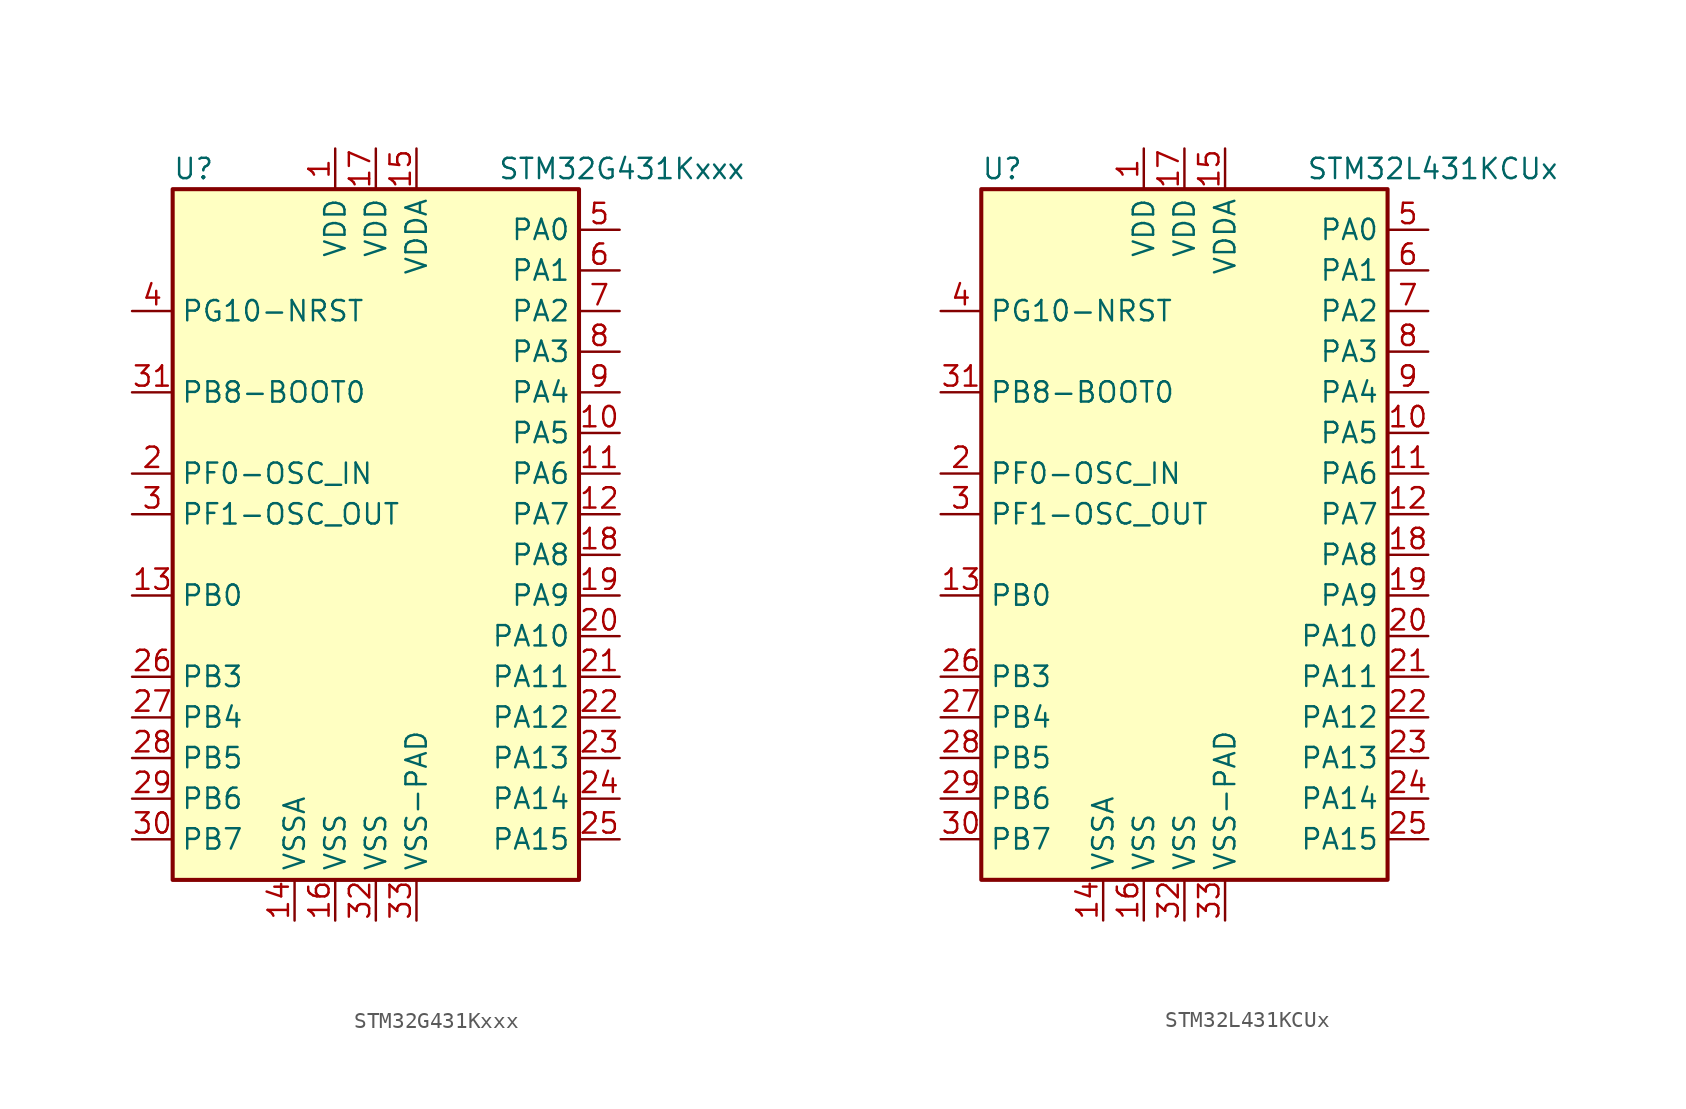
<source format=kicad_sym>
(kicad_symbol_lib
  (version 20200908)
  (generator kicad_symbol_editor)
  (symbol "STM32G431:STM32G431Kxxx"
    (property "Reference" "U"
      (at -12.7 21.59 0)
      (effects (font (size 1.27 1.27)) (justify left)))
    (property "Value" "STM32G431Kxxx"
      (at 7.62 21.59 0)
      (effects (font (size 1.27 1.27)) (justify left)))
    (symbol "STM32G431Kxxx_0_1"
      (rectangle (start -12.7 20.32) (end 12.7 -22.86) (stroke (width 0.254)) (fill (type background))))
    (symbol "STM32G431Kxxx_1_1"
      (pin input line (at -15.24 12.7 0) (length 2.54) (name "PG10-NRST" (effects (font (size 1.27 1.27)))) (number "4" (effects (font (size 1.27 1.27)))))
      (pin bidirectional line (at 15.24 17.78 180) (length 2.54) (name "PA0" (effects (font (size 1.27 1.27)))) (number "5" (effects (font (size 1.27 1.27)))))
      (pin bidirectional line (at 15.24 15.24 180) (length 2.54) (name "PA1" (effects (font (size 1.27 1.27)))) (number "6" (effects (font (size 1.27 1.27)))))
      (pin bidirectional line (at 15.24 -7.62 180) (length 2.54) (name "PA10" (effects (font (size 1.27 1.27)))) (number "20" (effects (font (size 1.27 1.27)))))
      (pin bidirectional line (at 15.24 -10.16 180) (length 2.54) (name "PA11" (effects (font (size 1.27 1.27)))) (number "21" (effects (font (size 1.27 1.27)))))
      (pin bidirectional line (at 15.24 -12.7 180) (length 2.54) (name "PA12" (effects (font (size 1.27 1.27)))) (number "22" (effects (font (size 1.27 1.27)))))
      (pin bidirectional line (at 15.24 -15.24 180) (length 2.54) (name "PA13" (effects (font (size 1.27 1.27)))) (number "23" (effects (font (size 1.27 1.27)))))
      (pin bidirectional line (at 15.24 -17.78 180) (length 2.54) (name "PA14" (effects (font (size 1.27 1.27)))) (number "24" (effects (font (size 1.27 1.27)))))
      (pin bidirectional line (at 15.24 -20.32 180) (length 2.54) (name "PA15" (effects (font (size 1.27 1.27)))) (number "25" (effects (font (size 1.27 1.27)))))
      (pin bidirectional line (at 15.24 12.7 180) (length 2.54) (name "PA2" (effects (font (size 1.27 1.27)))) (number "7" (effects (font (size 1.27 1.27)))))
      (pin bidirectional line (at 15.24 10.16 180) (length 2.54) (name "PA3" (effects (font (size 1.27 1.27)))) (number "8" (effects (font (size 1.27 1.27)))))
      (pin bidirectional line (at 15.24 7.62 180) (length 2.54) (name "PA4" (effects (font (size 1.27 1.27)))) (number "9" (effects (font (size 1.27 1.27)))))
      (pin bidirectional line (at 15.24 5.08 180) (length 2.54) (name "PA5" (effects (font (size 1.27 1.27)))) (number "10" (effects (font (size 1.27 1.27)))))
      (pin bidirectional line (at 15.24 2.54 180) (length 2.54) (name "PA6" (effects (font (size 1.27 1.27)))) (number "11" (effects (font (size 1.27 1.27)))))
      (pin bidirectional line (at 15.24 0 180) (length 2.54) (name "PA7" (effects (font (size 1.27 1.27)))) (number "12" (effects (font (size 1.27 1.27)))))
      (pin bidirectional line (at 15.24 -2.54 180) (length 2.54) (name "PA8" (effects (font (size 1.27 1.27)))) (number "18" (effects (font (size 1.27 1.27)))))
      (pin bidirectional line (at 15.24 -5.08 180) (length 2.54) (name "PA9" (effects (font (size 1.27 1.27)))) (number "19" (effects (font (size 1.27 1.27)))))
      (pin bidirectional line (at -15.24 -5.08 0) (length 2.54) (name "PB0" (effects (font (size 1.27 1.27)))) (number "13" (effects (font (size 1.27 1.27)))))
      (pin power_in line (at -5.08 -25.4 90) (length 2.54) (name "VSSA" (effects (font (size 1.27 1.27)))) (number "14" (effects (font (size 1.27 1.27)))))
      (pin bidirectional line (at -15.24 -10.16 0) (length 2.54) (name "PB3" (effects (font (size 1.27 1.27)))) (number "26" (effects (font (size 1.27 1.27)))))
      (pin bidirectional line (at -15.24 -12.7 0) (length 2.54) (name "PB4" (effects (font (size 1.27 1.27)))) (number "27" (effects (font (size 1.27 1.27)))))
      (pin bidirectional line (at -15.24 -15.24 0) (length 2.54) (name "PB5" (effects (font (size 1.27 1.27)))) (number "28" (effects (font (size 1.27 1.27)))))
      (pin bidirectional line (at -15.24 -17.78 0) (length 2.54) (name "PB6" (effects (font (size 1.27 1.27)))) (number "29" (effects (font (size 1.27 1.27)))))
      (pin bidirectional line (at -15.24 -20.32 0) (length 2.54) (name "PB7" (effects (font (size 1.27 1.27)))) (number "30" (effects (font (size 1.27 1.27)))))
      (pin bidirectional line (at -15.24 2.54 0) (length 2.54) (name "PF0-OSC_IN" (effects (font (size 1.27 1.27)))) (number "2" (effects (font (size 1.27 1.27)))))
      (pin bidirectional line (at -15.24 0 0) (length 2.54) (name "PF1-OSC_OUT" (effects (font (size 1.27 1.27)))) (number "3" (effects (font (size 1.27 1.27)))))
      (pin bidirectional line (at -15.24 7.62 0) (length 2.54) (name "PB8-BOOT0" (effects (font (size 1.27 1.27)))) (number "31" (effects (font (size 1.27 1.27)))))
      (pin power_in line (at -2.54 22.86 270) (length 2.54) (name "VDD" (effects (font (size 1.27 1.27)))) (number "1" (effects (font (size 1.27 1.27)))))
      (pin power_in line (at 0 22.86 270) (length 2.54) (name "VDD" (effects (font (size 1.27 1.27)))) (number "17" (effects (font (size 1.27 1.27)))))
      (pin power_in line (at 2.54 22.86 270) (length 2.54) (name "VDDA" (effects (font (size 1.27 1.27)))) (number "15" (effects (font (size 1.27 1.27)))))
      (pin power_in line (at -2.54 -25.4 90) (length 2.54) (name "VSS" (effects (font (size 1.27 1.27)))) (number "16" (effects (font (size 1.27 1.27)))))
      (pin power_in line (at 0 -25.4 90) (length 2.54) (name "VSS" (effects (font (size 1.27 1.27)))) (number "32" (effects (font (size 1.27 1.27)))))
      (pin power_in line (at 2.54 -25.4 90) (length 2.54) (name "VSS-PAD" (effects (font (size 1.27 1.27)))) (number "33" (effects (font (size 1.27 1.27)))))))
  (symbol "STM32G431:STM32L431KCUx"
    (property "Reference" "U"
      (at -12.7 21.59 0)
      (effects (font (size 1.27 1.27)) (justify left)))
    (property "Value" "STM32L431KCUx"
      (at 7.62 21.59 0)
      (effects (font (size 1.27 1.27)) (justify left)))
    (symbol "STM32L431KCUx_0_1"
      (rectangle (start -12.7 20.32) (end 12.7 -22.86) (stroke (width 0.254)) (fill (type background))))
    (symbol "STM32L431KCUx_1_1"
      (pin input line (at -15.24 12.7 0) (length 2.54) (name "PG10-NRST" (effects (font (size 1.27 1.27)))) (number "4" (effects (font (size 1.27 1.27)))))
      (pin bidirectional line (at 15.24 17.78 180) (length 2.54) (name "PA0" (effects (font (size 1.27 1.27)))) (number "5" (effects (font (size 1.27 1.27)))))
      (pin bidirectional line (at 15.24 15.24 180) (length 2.54) (name "PA1" (effects (font (size 1.27 1.27)))) (number "6" (effects (font (size 1.27 1.27)))))
      (pin bidirectional line (at 15.24 -7.62 180) (length 2.54) (name "PA10" (effects (font (size 1.27 1.27)))) (number "20" (effects (font (size 1.27 1.27)))))
      (pin bidirectional line (at 15.24 -10.16 180) (length 2.54) (name "PA11" (effects (font (size 1.27 1.27)))) (number "21" (effects (font (size 1.27 1.27)))))
      (pin bidirectional line (at 15.24 -12.7 180) (length 2.54) (name "PA12" (effects (font (size 1.27 1.27)))) (number "22" (effects (font (size 1.27 1.27)))))
      (pin bidirectional line (at 15.24 -15.24 180) (length 2.54) (name "PA13" (effects (font (size 1.27 1.27)))) (number "23" (effects (font (size 1.27 1.27)))))
      (pin bidirectional line (at 15.24 -17.78 180) (length 2.54) (name "PA14" (effects (font (size 1.27 1.27)))) (number "24" (effects (font (size 1.27 1.27)))))
      (pin bidirectional line (at 15.24 -20.32 180) (length 2.54) (name "PA15" (effects (font (size 1.27 1.27)))) (number "25" (effects (font (size 1.27 1.27)))))
      (pin bidirectional line (at 15.24 12.7 180) (length 2.54) (name "PA2" (effects (font (size 1.27 1.27)))) (number "7" (effects (font (size 1.27 1.27)))))
      (pin bidirectional line (at 15.24 10.16 180) (length 2.54) (name "PA3" (effects (font (size 1.27 1.27)))) (number "8" (effects (font (size 1.27 1.27)))))
      (pin bidirectional line (at 15.24 7.62 180) (length 2.54) (name "PA4" (effects (font (size 1.27 1.27)))) (number "9" (effects (font (size 1.27 1.27)))))
      (pin bidirectional line (at 15.24 5.08 180) (length 2.54) (name "PA5" (effects (font (size 1.27 1.27)))) (number "10" (effects (font (size 1.27 1.27)))))
      (pin bidirectional line (at 15.24 2.54 180) (length 2.54) (name "PA6" (effects (font (size 1.27 1.27)))) (number "11" (effects (font (size 1.27 1.27)))))
      (pin bidirectional line (at 15.24 0 180) (length 2.54) (name "PA7" (effects (font (size 1.27 1.27)))) (number "12" (effects (font (size 1.27 1.27)))))
      (pin bidirectional line (at 15.24 -2.54 180) (length 2.54) (name "PA8" (effects (font (size 1.27 1.27)))) (number "18" (effects (font (size 1.27 1.27)))))
      (pin bidirectional line (at 15.24 -5.08 180) (length 2.54) (name "PA9" (effects (font (size 1.27 1.27)))) (number "19" (effects (font (size 1.27 1.27)))))
      (pin bidirectional line (at -15.24 -5.08 0) (length 2.54) (name "PB0" (effects (font (size 1.27 1.27)))) (number "13" (effects (font (size 1.27 1.27)))))
      (pin power_in line (at -5.08 -25.4 90) (length 2.54) (name "VSSA" (effects (font (size 1.27 1.27)))) (number "14" (effects (font (size 1.27 1.27)))))
      (pin bidirectional line (at -15.24 -10.16 0) (length 2.54) (name "PB3" (effects (font (size 1.27 1.27)))) (number "26" (effects (font (size 1.27 1.27)))))
      (pin bidirectional line (at -15.24 -12.7 0) (length 2.54) (name "PB4" (effects (font (size 1.27 1.27)))) (number "27" (effects (font (size 1.27 1.27)))))
      (pin bidirectional line (at -15.24 -15.24 0) (length 2.54) (name "PB5" (effects (font (size 1.27 1.27)))) (number "28" (effects (font (size 1.27 1.27)))))
      (pin bidirectional line (at -15.24 -17.78 0) (length 2.54) (name "PB6" (effects (font (size 1.27 1.27)))) (number "29" (effects (font (size 1.27 1.27)))))
      (pin bidirectional line (at -15.24 -20.32 0) (length 2.54) (name "PB7" (effects (font (size 1.27 1.27)))) (number "30" (effects (font (size 1.27 1.27)))))
      (pin bidirectional line (at -15.24 2.54 0) (length 2.54) (name "PF0-OSC_IN" (effects (font (size 1.27 1.27)))) (number "2" (effects (font (size 1.27 1.27)))))
      (pin bidirectional line (at -15.24 0 0) (length 2.54) (name "PF1-OSC_OUT" (effects (font (size 1.27 1.27)))) (number "3" (effects (font (size 1.27 1.27)))))
      (pin bidirectional line (at -15.24 7.62 0) (length 2.54) (name "PB8-BOOT0" (effects (font (size 1.27 1.27)))) (number "31" (effects (font (size 1.27 1.27)))))
      (pin power_in line (at -2.54 22.86 270) (length 2.54) (name "VDD" (effects (font (size 1.27 1.27)))) (number "1" (effects (font (size 1.27 1.27)))))
      (pin power_in line (at 0 22.86 270) (length 2.54) (name "VDD" (effects (font (size 1.27 1.27)))) (number "17" (effects (font (size 1.27 1.27)))))
      (pin power_in line (at 2.54 22.86 270) (length 2.54) (name "VDDA" (effects (font (size 1.27 1.27)))) (number "15" (effects (font (size 1.27 1.27)))))
      (pin power_in line (at -2.54 -25.4 90) (length 2.54) (name "VSS" (effects (font (size 1.27 1.27)))) (number "16" (effects (font (size 1.27 1.27)))))
      (pin power_in line (at 0 -25.4 90) (length 2.54) (name "VSS" (effects (font (size 1.27 1.27)))) (number "32" (effects (font (size 1.27 1.27)))))
      (pin power_in line (at 2.54 -25.4 90) (length 2.54) (name "VSS-PAD" (effects (font (size 1.27 1.27)))) (number "33" (effects (font (size 1.27 1.27))))))))
</source>
